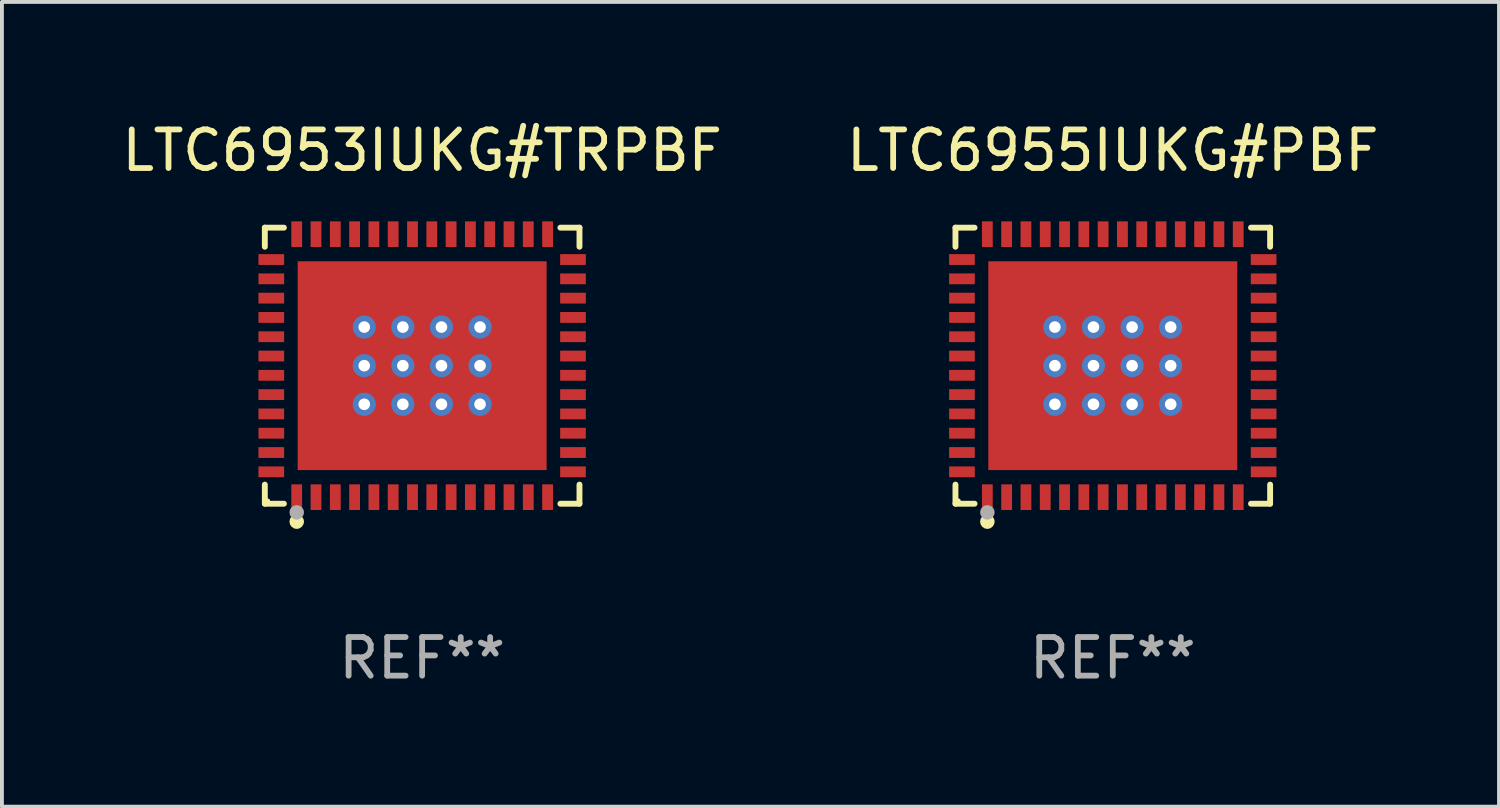
<source format=kicad_pcb>
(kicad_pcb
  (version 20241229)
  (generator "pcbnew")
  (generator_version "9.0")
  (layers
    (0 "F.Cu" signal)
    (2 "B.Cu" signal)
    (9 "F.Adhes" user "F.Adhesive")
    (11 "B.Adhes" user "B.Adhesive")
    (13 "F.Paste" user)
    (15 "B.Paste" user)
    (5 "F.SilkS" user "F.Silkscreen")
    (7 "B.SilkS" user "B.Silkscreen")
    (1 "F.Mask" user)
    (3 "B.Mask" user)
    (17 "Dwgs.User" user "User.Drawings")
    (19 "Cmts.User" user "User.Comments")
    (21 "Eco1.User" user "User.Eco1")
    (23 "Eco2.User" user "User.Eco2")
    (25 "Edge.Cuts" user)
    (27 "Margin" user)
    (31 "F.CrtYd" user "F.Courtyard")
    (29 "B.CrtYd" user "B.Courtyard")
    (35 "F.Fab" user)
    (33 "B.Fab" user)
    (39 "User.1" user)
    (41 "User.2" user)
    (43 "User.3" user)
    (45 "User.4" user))
  (footprint "LTC6953IUKG#TRPBF"
    (layer "F.Cu")
    (at 7.887 6.424)
    (property "Reference" "LTC6953IUKG#TRPBF" (at 0 -5.576 0) (layer "F.SilkS") (effects (font (size 1 1) (thickness 0.15))))
    (attr through_hole)
    (fp_line (start -4.076 -3.576) (end -3.581 -3.576) (stroke (width 0.152) (type solid)) (layer "F.SilkS"))
    (fp_line (start -4.076 -3.081) (end -4.076 -3.576) (stroke (width 0.152) (type solid)) (layer "F.SilkS"))
    (fp_line (start -4.076 3.081) (end -4.076 3.576) (stroke (width 0.152) (type solid)) (layer "F.SilkS"))
    (fp_line (start -4.076 3.576) (end -3.581 3.576) (stroke (width 0.152) (type solid)) (layer "F.SilkS"))
    (fp_line (start 4.076 -3.576) (end 3.581 -3.576) (stroke (width 0.152) (type solid)) (layer "F.SilkS"))
    (fp_line (start 4.076 -3.081) (end 4.076 -3.576) (stroke (width 0.152) (type solid)) (layer "F.SilkS"))
    (fp_line (start 4.076 3.081) (end 4.076 3.576) (stroke (width 0.152) (type solid)) (layer "F.SilkS"))
    (fp_line (start 4.076 3.576) (end 3.581 3.576) (stroke (width 0.152) (type solid)) (layer "F.SilkS"))
    (fp_circle (center -4 3.5) (end -3.97 3.5) (stroke (width 0.06) (type solid)) (fill no) (layer "F.SilkS"))
    (fp_circle (center -3.25 4.04) (end -3.156 4.04) (stroke (width 0.188) (type solid)) (fill no) (layer "F.SilkS"))
    (fp_circle (center -3.25 3.8) (end -3.156 3.8) (stroke (width 0.188) (type solid)) (fill no) (layer "F.Fab"))
    (fp_text user "REF**" (at 0 7.576 0) (layer "F.Fab") (effects (font (size 1 1) (thickness 0.15))))
    (pad "1" smd rect (at -3.25 3.407) (size 0.28 0.665) (layers "F.Cu" "F.Mask" "F.Paste"))
    (pad "2" smd rect (at -2.75 3.407) (size 0.28 0.665) (layers "F.Cu" "F.Mask" "F.Paste"))
    (pad "3" smd rect (at -2.25 3.407) (size 0.28 0.665) (layers "F.Cu" "F.Mask" "F.Paste"))
    (pad "4" smd rect (at -1.75 3.407) (size 0.28 0.665) (layers "F.Cu" "F.Mask" "F.Paste"))
    (pad "5" smd rect (at -1.25 3.407) (size 0.28 0.665) (layers "F.Cu" "F.Mask" "F.Paste"))
    (pad "6" smd rect (at -0.75 3.407) (size 0.28 0.665) (layers "F.Cu" "F.Mask" "F.Paste"))
    (pad "7" smd rect (at -0.25 3.407) (size 0.28 0.665) (layers "F.Cu" "F.Mask" "F.Paste"))
    (pad "8" smd rect (at 0.25 3.407) (size 0.28 0.665) (layers "F.Cu" "F.Mask" "F.Paste"))
    (pad "9" smd rect (at 0.75 3.407) (size 0.28 0.665) (layers "F.Cu" "F.Mask" "F.Paste"))
    (pad "10" smd rect (at 1.25 3.407) (size 0.28 0.665) (layers "F.Cu" "F.Mask" "F.Paste"))
    (pad "11" smd rect (at 1.75 3.407) (size 0.28 0.665) (layers "F.Cu" "F.Mask" "F.Paste"))
    (pad "12" smd rect (at 2.25 3.407) (size 0.28 0.665) (layers "F.Cu" "F.Mask" "F.Paste"))
    (pad "13" smd rect (at 2.75 3.407) (size 0.28 0.665) (layers "F.Cu" "F.Mask" "F.Paste"))
    (pad "14" smd rect (at 3.25 3.407) (size 0.28 0.665) (layers "F.Cu" "F.Mask" "F.Paste"))
    (pad "15" smd rect (at 3.908 2.75) (size 0.665 0.28) (layers "F.Cu" "F.Mask" "F.Paste"))
    (pad "16" smd rect (at 3.908 2.25) (size 0.665 0.28) (layers "F.Cu" "F.Mask" "F.Paste"))
    (pad "17" smd rect (at 3.908 1.75) (size 0.665 0.28) (layers "F.Cu" "F.Mask" "F.Paste"))
    (pad "18" smd rect (at 3.908 1.25) (size 0.665 0.28) (layers "F.Cu" "F.Mask" "F.Paste"))
    (pad "19" smd rect (at 3.908 0.75) (size 0.665 0.28) (layers "F.Cu" "F.Mask" "F.Paste"))
    (pad "20" smd rect (at 3.908 0.25) (size 0.665 0.28) (layers "F.Cu" "F.Mask" "F.Paste"))
    (pad "21" smd rect (at 3.908 -0.25) (size 0.665 0.28) (layers "F.Cu" "F.Mask" "F.Paste"))
    (pad "22" smd rect (at 3.908 -0.75) (size 0.665 0.28) (layers "F.Cu" "F.Mask" "F.Paste"))
    (pad "23" smd rect (at 3.908 -1.25) (size 0.665 0.28) (layers "F.Cu" "F.Mask" "F.Paste"))
    (pad "24" smd rect (at 3.908 -1.75) (size 0.665 0.28) (layers "F.Cu" "F.Mask" "F.Paste"))
    (pad "25" smd rect (at 3.908 -2.25) (size 0.665 0.28) (layers "F.Cu" "F.Mask" "F.Paste"))
    (pad "26" smd rect (at 3.908 -2.75) (size 0.665 0.28) (layers "F.Cu" "F.Mask" "F.Paste"))
    (pad "27" smd rect (at 3.25 -3.407) (size 0.28 0.665) (layers "F.Cu" "F.Mask" "F.Paste"))
    (pad "28" smd rect (at 2.75 -3.407) (size 0.28 0.665) (layers "F.Cu" "F.Mask" "F.Paste"))
    (pad "29" smd rect (at 2.25 -3.407) (size 0.28 0.665) (layers "F.Cu" "F.Mask" "F.Paste"))
    (pad "30" smd rect (at 1.75 -3.407) (size 0.28 0.665) (layers "F.Cu" "F.Mask" "F.Paste"))
    (pad "31" smd rect (at 1.25 -3.407) (size 0.28 0.665) (layers "F.Cu" "F.Mask" "F.Paste"))
    (pad "32" smd rect (at 0.75 -3.407) (size 0.28 0.665) (layers "F.Cu" "F.Mask" "F.Paste"))
    (pad "33" smd rect (at 0.25 -3.407) (size 0.28 0.665) (layers "F.Cu" "F.Mask" "F.Paste"))
    (pad "34" smd rect (at -0.25 -3.407) (size 0.28 0.665) (layers "F.Cu" "F.Mask" "F.Paste"))
    (pad "35" smd rect (at -0.75 -3.407) (size 0.28 0.665) (layers "F.Cu" "F.Mask" "F.Paste"))
    (pad "36" smd rect (at -1.25 -3.407) (size 0.28 0.665) (layers "F.Cu" "F.Mask" "F.Paste"))
    (pad "37" smd rect (at -1.75 -3.407) (size 0.28 0.665) (layers "F.Cu" "F.Mask" "F.Paste"))
    (pad "38" smd rect (at -2.25 -3.407) (size 0.28 0.665) (layers "F.Cu" "F.Mask" "F.Paste"))
    (pad "39" smd rect (at -2.75 -3.407) (size 0.28 0.665) (layers "F.Cu" "F.Mask" "F.Paste"))
    (pad "40" smd rect (at -3.25 -3.407) (size 0.28 0.665) (layers "F.Cu" "F.Mask" "F.Paste"))
    (pad "41" smd rect (at -3.908 -2.75) (size 0.665 0.28) (layers "F.Cu" "F.Mask" "F.Paste"))
    (pad "42" smd rect (at -3.908 -2.25) (size 0.665 0.28) (layers "F.Cu" "F.Mask" "F.Paste"))
    (pad "43" smd rect (at -3.908 -1.75) (size 0.665 0.28) (layers "F.Cu" "F.Mask" "F.Paste"))
    (pad "44" smd rect (at -3.908 -1.25) (size 0.665 0.28) (layers "F.Cu" "F.Mask" "F.Paste"))
    (pad "45" smd rect (at -3.908 -0.75) (size 0.665 0.28) (layers "F.Cu" "F.Mask" "F.Paste"))
    (pad "46" smd rect (at -3.908 -0.25) (size 0.665 0.28) (layers "F.Cu" "F.Mask" "F.Paste"))
    (pad "47" smd rect (at -3.908 0.25) (size 0.665 0.28) (layers "F.Cu" "F.Mask" "F.Paste"))
    (pad "48" smd rect (at -3.908 0.75) (size 0.665 0.28) (layers "F.Cu" "F.Mask" "F.Paste"))
    (pad "49" smd rect (at -3.908 1.25) (size 0.665 0.28) (layers "F.Cu" "F.Mask" "F.Paste"))
    (pad "50" smd rect (at -3.908 1.75) (size 0.665 0.28) (layers "F.Cu" "F.Mask" "F.Paste"))
    (pad "51" smd rect (at -3.908 2.25) (size 0.665 0.28) (layers "F.Cu" "F.Mask" "F.Paste"))
    (pad "52" smd rect (at -3.908 2.75) (size 0.665 0.28) (layers "F.Cu" "F.Mask" "F.Paste"))
    (pad "53" thru_hole circle (at -1.5 -1) (size 0.6 0.6) (drill 0.3) (layers "*.Cu" "*.Mask"))
    (pad "53" thru_hole circle (at -1.5 0) (size 0.6 0.6) (drill 0.3) (layers "*.Cu" "*.Mask"))
    (pad "53" thru_hole circle (at -1.5 1) (size 0.6 0.6) (drill 0.3) (layers "*.Cu" "*.Mask"))
    (pad "53" thru_hole circle (at -0.5 -1) (size 0.6 0.6) (drill 0.3) (layers "*.Cu" "*.Mask"))
    (pad "53" thru_hole circle (at -0.5 0) (size 0.6 0.6) (drill 0.3) (layers "*.Cu" "*.Mask"))
    (pad "53" thru_hole circle (at -0.5 1) (size 0.6 0.6) (drill 0.3) (layers "*.Cu" "*.Mask"))
    (pad "53" smd rect (at 0 0) (size 6.45 5.41) (layers "F.Cu" "F.Mask" "F.Paste"))
    (pad "53" thru_hole circle (at 0.5 -1) (size 0.6 0.6) (drill 0.3) (layers "*.Cu" "*.Mask"))
    (pad "53" thru_hole circle (at 0.5 0) (size 0.6 0.6) (drill 0.3) (layers "*.Cu" "*.Mask"))
    (pad "53" thru_hole circle (at 0.5 1) (size 0.6 0.6) (drill 0.3) (layers "*.Cu" "*.Mask"))
    (pad "53" thru_hole circle (at 1.5 -1) (size 0.6 0.6) (drill 0.3) (layers "*.Cu" "*.Mask"))
    (pad "53" thru_hole circle (at 1.5 0) (size 0.6 0.6) (drill 0.3) (layers "*.Cu" "*.Mask"))
    (pad "53" thru_hole circle (at 1.5 1) (size 0.6 0.6) (drill 0.3) (layers "*.Cu" "*.Mask")))
  (footprint "LTC6955IUKG#PBF"
    (layer "F.Cu")
    (at 25.78 6.424)
    (property "Reference" "LTC6955IUKG#PBF" (at 0 -5.576 0) (layer "F.SilkS") (effects (font (size 1 1) (thickness 0.15))))
    (attr through_hole)
    (fp_line (start -4.076 -3.576) (end -3.581 -3.576) (stroke (width 0.152) (type solid)) (layer "F.SilkS"))
    (fp_line (start -4.076 -3.081) (end -4.076 -3.576) (stroke (width 0.152) (type solid)) (layer "F.SilkS"))
    (fp_line (start -4.076 3.081) (end -4.076 3.576) (stroke (width 0.152) (type solid)) (layer "F.SilkS"))
    (fp_line (start -4.076 3.576) (end -3.581 3.576) (stroke (width 0.152) (type solid)) (layer "F.SilkS"))
    (fp_line (start 4.076 -3.576) (end 3.581 -3.576) (stroke (width 0.152) (type solid)) (layer "F.SilkS"))
    (fp_line (start 4.076 -3.081) (end 4.076 -3.576) (stroke (width 0.152) (type solid)) (layer "F.SilkS"))
    (fp_line (start 4.076 3.081) (end 4.076 3.576) (stroke (width 0.152) (type solid)) (layer "F.SilkS"))
    (fp_line (start 4.076 3.576) (end 3.581 3.576) (stroke (width 0.152) (type solid)) (layer "F.SilkS"))
    (fp_circle (center -4 3.5) (end -3.97 3.5) (stroke (width 0.06) (type solid)) (fill no) (layer "F.SilkS"))
    (fp_circle (center -3.25 4.04) (end -3.156 4.04) (stroke (width 0.188) (type solid)) (fill no) (layer "F.SilkS"))
    (fp_circle (center -3.25 3.8) (end -3.156 3.8) (stroke (width 0.188) (type solid)) (fill no) (layer "F.Fab"))
    (fp_text user "REF**" (at 0 7.576 0) (layer "F.Fab") (effects (font (size 1 1) (thickness 0.15))))
    (pad "1" smd rect (at -3.25 3.407) (size 0.28 0.665) (layers "F.Cu" "F.Mask" "F.Paste"))
    (pad "2" smd rect (at -2.75 3.407) (size 0.28 0.665) (layers "F.Cu" "F.Mask" "F.Paste"))
    (pad "3" smd rect (at -2.25 3.407) (size 0.28 0.665) (layers "F.Cu" "F.Mask" "F.Paste"))
    (pad "4" smd rect (at -1.75 3.407) (size 0.28 0.665) (layers "F.Cu" "F.Mask" "F.Paste"))
    (pad "5" smd rect (at -1.25 3.407) (size 0.28 0.665) (layers "F.Cu" "F.Mask" "F.Paste"))
    (pad "6" smd rect (at -0.75 3.407) (size 0.28 0.665) (layers "F.Cu" "F.Mask" "F.Paste"))
    (pad "7" smd rect (at -0.25 3.407) (size 0.28 0.665) (layers "F.Cu" "F.Mask" "F.Paste"))
    (pad "8" smd rect (at 0.25 3.407) (size 0.28 0.665) (layers "F.Cu" "F.Mask" "F.Paste"))
    (pad "9" smd rect (at 0.75 3.407) (size 0.28 0.665) (layers "F.Cu" "F.Mask" "F.Paste"))
    (pad "10" smd rect (at 1.25 3.407) (size 0.28 0.665) (layers "F.Cu" "F.Mask" "F.Paste"))
    (pad "11" smd rect (at 1.75 3.407) (size 0.28 0.665) (layers "F.Cu" "F.Mask" "F.Paste"))
    (pad "12" smd rect (at 2.25 3.407) (size 0.28 0.665) (layers "F.Cu" "F.Mask" "F.Paste"))
    (pad "13" smd rect (at 2.75 3.407) (size 0.28 0.665) (layers "F.Cu" "F.Mask" "F.Paste"))
    (pad "14" smd rect (at 3.25 3.407) (size 0.28 0.665) (layers "F.Cu" "F.Mask" "F.Paste"))
    (pad "15" smd rect (at 3.908 2.75) (size 0.665 0.28) (layers "F.Cu" "F.Mask" "F.Paste"))
    (pad "16" smd rect (at 3.908 2.25) (size 0.665 0.28) (layers "F.Cu" "F.Mask" "F.Paste"))
    (pad "17" smd rect (at 3.908 1.75) (size 0.665 0.28) (layers "F.Cu" "F.Mask" "F.Paste"))
    (pad "18" smd rect (at 3.908 1.25) (size 0.665 0.28) (layers "F.Cu" "F.Mask" "F.Paste"))
    (pad "19" smd rect (at 3.908 0.75) (size 0.665 0.28) (layers "F.Cu" "F.Mask" "F.Paste"))
    (pad "20" smd rect (at 3.908 0.25) (size 0.665 0.28) (layers "F.Cu" "F.Mask" "F.Paste"))
    (pad "21" smd rect (at 3.908 -0.25) (size 0.665 0.28) (layers "F.Cu" "F.Mask" "F.Paste"))
    (pad "22" smd rect (at 3.908 -0.75) (size 0.665 0.28) (layers "F.Cu" "F.Mask" "F.Paste"))
    (pad "23" smd rect (at 3.908 -1.25) (size 0.665 0.28) (layers "F.Cu" "F.Mask" "F.Paste"))
    (pad "24" smd rect (at 3.908 -1.75) (size 0.665 0.28) (layers "F.Cu" "F.Mask" "F.Paste"))
    (pad "25" smd rect (at 3.908 -2.25) (size 0.665 0.28) (layers "F.Cu" "F.Mask" "F.Paste"))
    (pad "26" smd rect (at 3.908 -2.75) (size 0.665 0.28) (layers "F.Cu" "F.Mask" "F.Paste"))
    (pad "27" smd rect (at 3.25 -3.407) (size 0.28 0.665) (layers "F.Cu" "F.Mask" "F.Paste"))
    (pad "28" smd rect (at 2.75 -3.407) (size 0.28 0.665) (layers "F.Cu" "F.Mask" "F.Paste"))
    (pad "29" smd rect (at 2.25 -3.407) (size 0.28 0.665) (layers "F.Cu" "F.Mask" "F.Paste"))
    (pad "30" smd rect (at 1.75 -3.407) (size 0.28 0.665) (layers "F.Cu" "F.Mask" "F.Paste"))
    (pad "31" smd rect (at 1.25 -3.407) (size 0.28 0.665) (layers "F.Cu" "F.Mask" "F.Paste"))
    (pad "32" smd rect (at 0.75 -3.407) (size 0.28 0.665) (layers "F.Cu" "F.Mask" "F.Paste"))
    (pad "33" smd rect (at 0.25 -3.407) (size 0.28 0.665) (layers "F.Cu" "F.Mask" "F.Paste"))
    (pad "34" smd rect (at -0.25 -3.407) (size 0.28 0.665) (layers "F.Cu" "F.Mask" "F.Paste"))
    (pad "35" smd rect (at -0.75 -3.407) (size 0.28 0.665) (layers "F.Cu" "F.Mask" "F.Paste"))
    (pad "36" smd rect (at -1.25 -3.407) (size 0.28 0.665) (layers "F.Cu" "F.Mask" "F.Paste"))
    (pad "37" smd rect (at -1.75 -3.407) (size 0.28 0.665) (layers "F.Cu" "F.Mask" "F.Paste"))
    (pad "38" smd rect (at -2.25 -3.407) (size 0.28 0.665) (layers "F.Cu" "F.Mask" "F.Paste"))
    (pad "39" smd rect (at -2.75 -3.407) (size 0.28 0.665) (layers "F.Cu" "F.Mask" "F.Paste"))
    (pad "40" smd rect (at -3.25 -3.407) (size 0.28 0.665) (layers "F.Cu" "F.Mask" "F.Paste"))
    (pad "41" smd rect (at -3.908 -2.75) (size 0.665 0.28) (layers "F.Cu" "F.Mask" "F.Paste"))
    (pad "42" smd rect (at -3.908 -2.25) (size 0.665 0.28) (layers "F.Cu" "F.Mask" "F.Paste"))
    (pad "43" smd rect (at -3.908 -1.75) (size 0.665 0.28) (layers "F.Cu" "F.Mask" "F.Paste"))
    (pad "44" smd rect (at -3.908 -1.25) (size 0.665 0.28) (layers "F.Cu" "F.Mask" "F.Paste"))
    (pad "45" smd rect (at -3.908 -0.75) (size 0.665 0.28) (layers "F.Cu" "F.Mask" "F.Paste"))
    (pad "46" smd rect (at -3.908 -0.25) (size 0.665 0.28) (layers "F.Cu" "F.Mask" "F.Paste"))
    (pad "47" smd rect (at -3.908 0.25) (size 0.665 0.28) (layers "F.Cu" "F.Mask" "F.Paste"))
    (pad "48" smd rect (at -3.908 0.75) (size 0.665 0.28) (layers "F.Cu" "F.Mask" "F.Paste"))
    (pad "49" smd rect (at -3.908 1.25) (size 0.665 0.28) (layers "F.Cu" "F.Mask" "F.Paste"))
    (pad "50" smd rect (at -3.908 1.75) (size 0.665 0.28) (layers "F.Cu" "F.Mask" "F.Paste"))
    (pad "51" smd rect (at -3.908 2.25) (size 0.665 0.28) (layers "F.Cu" "F.Mask" "F.Paste"))
    (pad "52" smd rect (at -3.908 2.75) (size 0.665 0.28) (layers "F.Cu" "F.Mask" "F.Paste"))
    (pad "53" thru_hole circle (at -1.5 -1) (size 0.6 0.6) (drill 0.3) (layers "*.Cu" "*.Mask"))
    (pad "53" thru_hole circle (at -1.5 0) (size 0.6 0.6) (drill 0.3) (layers "*.Cu" "*.Mask"))
    (pad "53" thru_hole circle (at -1.5 1) (size 0.6 0.6) (drill 0.3) (layers "*.Cu" "*.Mask"))
    (pad "53" thru_hole circle (at -0.5 -1) (size 0.6 0.6) (drill 0.3) (layers "*.Cu" "*.Mask"))
    (pad "53" thru_hole circle (at -0.5 0) (size 0.6 0.6) (drill 0.3) (layers "*.Cu" "*.Mask"))
    (pad "53" thru_hole circle (at -0.5 1) (size 0.6 0.6) (drill 0.3) (layers "*.Cu" "*.Mask"))
    (pad "53" smd rect (at 0 0) (size 6.45 5.41) (layers "F.Cu" "F.Mask" "F.Paste"))
    (pad "53" thru_hole circle (at 0.5 -1) (size 0.6 0.6) (drill 0.3) (layers "*.Cu" "*.Mask"))
    (pad "53" thru_hole circle (at 0.5 0) (size 0.6 0.6) (drill 0.3) (layers "*.Cu" "*.Mask"))
    (pad "53" thru_hole circle (at 0.5 1) (size 0.6 0.6) (drill 0.3) (layers "*.Cu" "*.Mask"))
    (pad "53" thru_hole circle (at 1.5 -1) (size 0.6 0.6) (drill 0.3) (layers "*.Cu" "*.Mask"))
    (pad "53" thru_hole circle (at 1.5 0) (size 0.6 0.6) (drill 0.3) (layers "*.Cu" "*.Mask"))
    (pad "53" thru_hole circle (at 1.5 1) (size 0.6 0.6) (drill 0.3) (layers "*.Cu" "*.Mask")))
  (gr_rect
    (start -3 -3)
    (end 35.786 17.849)
    (stroke (width 0.1) (type default))
    (fill no)
    (layer "Edge.Cuts")))
</source>
